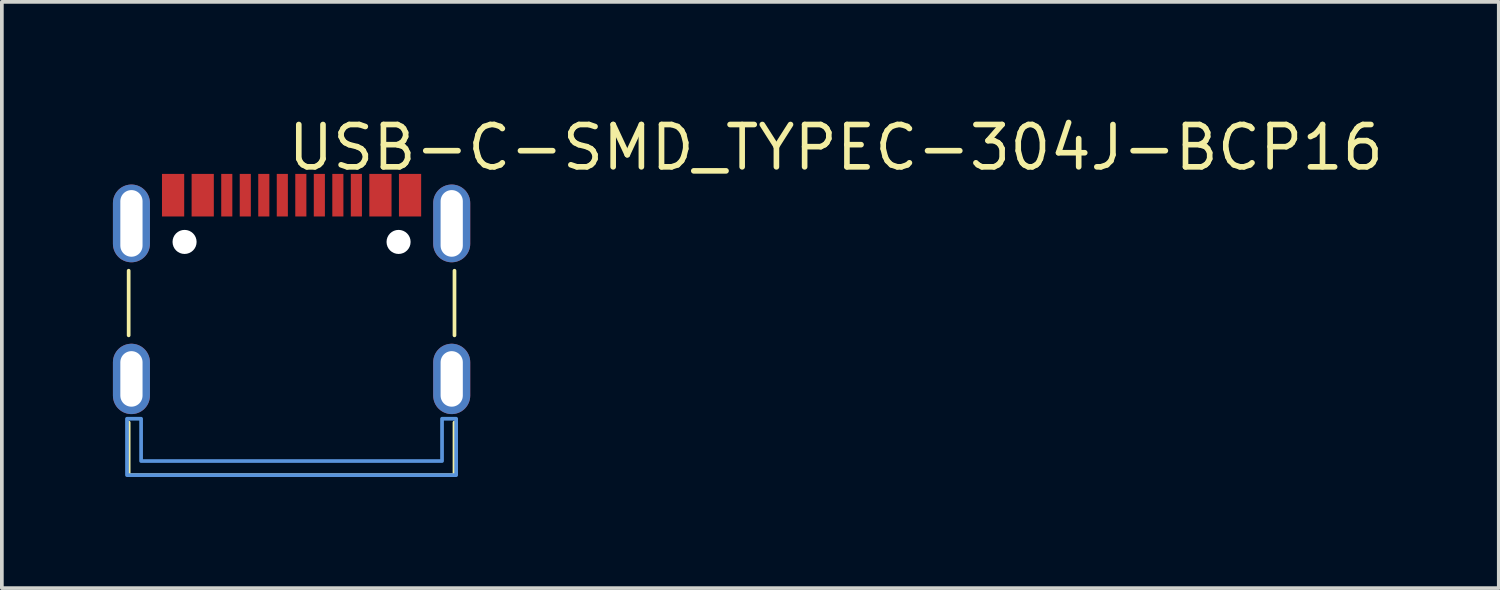
<source format=kicad_pcb>
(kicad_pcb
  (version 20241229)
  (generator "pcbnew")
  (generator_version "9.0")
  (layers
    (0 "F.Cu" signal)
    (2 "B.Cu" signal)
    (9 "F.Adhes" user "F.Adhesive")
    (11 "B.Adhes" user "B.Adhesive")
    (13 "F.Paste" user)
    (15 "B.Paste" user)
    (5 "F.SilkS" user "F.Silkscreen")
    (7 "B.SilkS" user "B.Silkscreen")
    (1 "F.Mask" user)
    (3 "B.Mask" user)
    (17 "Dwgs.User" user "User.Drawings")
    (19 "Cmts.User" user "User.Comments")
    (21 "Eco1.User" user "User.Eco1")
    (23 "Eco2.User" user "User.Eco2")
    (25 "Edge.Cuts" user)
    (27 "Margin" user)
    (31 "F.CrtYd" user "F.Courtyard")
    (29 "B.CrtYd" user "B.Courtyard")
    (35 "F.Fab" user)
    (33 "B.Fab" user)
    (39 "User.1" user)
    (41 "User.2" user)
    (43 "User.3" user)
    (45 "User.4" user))
  (footprint "USB-C-SMD_TYPEC-304J-BCP16"
    (layer "F.Cu")
    (at 4.825 4.703)
    (property "Reference" "USB-C-SMD_TYPEC-304J-BCP16" (at -0.177 -3.768 0) (layer "F.SilkS") (effects (font (size 1.143 1.143) (thickness 0.152)) (justify left)))
    (attr smd)
    (fp_line (start -4.4 1.304) (end -4.4 -0.441) (stroke (width 0.1) (type solid)) (layer "F.SilkS"))
    (fp_line (start -4.4 5.081) (end -4.4 3.659) (stroke (width 0.1) (type solid)) (layer "F.SilkS"))
    (fp_line (start -4.4 5.081) (end 4.4 5.081) (stroke (width 0.1) (type solid)) (layer "F.SilkS"))
    (fp_line (start 4.4 1.304) (end 4.4 -0.441) (stroke (width 0.1) (type solid)) (layer "F.SilkS"))
    (fp_line (start 4.4 5.081) (end 4.4 3.659) (stroke (width 0.1) (type solid)) (layer "F.SilkS"))
    (fp_poly (pts (xy -3.5 -3.056) (xy -2.9 -3.056) (xy -2.9 -1.906) (xy -3.5 -1.906)) (stroke (width 0) (type solid)) (fill yes) (layer "F.Paste"))
    (fp_poly (pts (xy -2.7 -3.056) (xy -2.1 -3.056) (xy -2.1 -1.906) (xy -2.7 -1.906)) (stroke (width 0) (type solid)) (fill yes) (layer "F.Paste"))
    (fp_poly (pts (xy -1.9 -3.056) (xy -1.6 -3.056) (xy -1.6 -1.906) (xy -1.9 -1.906)) (stroke (width 0) (type solid)) (fill yes) (layer "F.Paste"))
    (fp_poly (pts (xy -1.4 -3.056) (xy -1.1 -3.056) (xy -1.1 -1.906) (xy -1.4 -1.906)) (stroke (width 0) (type solid)) (fill yes) (layer "F.Paste"))
    (fp_poly (pts (xy -0.9 -3.056) (xy -0.6 -3.056) (xy -0.6 -1.906) (xy -0.9 -1.906)) (stroke (width 0) (type solid)) (fill yes) (layer "F.Paste"))
    (fp_poly (pts (xy -0.4 -3.056) (xy -0.1 -3.056) (xy -0.1 -1.906) (xy -0.4 -1.906)) (stroke (width 0) (type solid)) (fill yes) (layer "F.Paste"))
    (fp_poly (pts (xy 0.1 -3.056) (xy 0.4 -3.056) (xy 0.4 -1.906) (xy 0.1 -1.906)) (stroke (width 0) (type solid)) (fill yes) (layer "F.Paste"))
    (fp_poly (pts (xy 0.6 -3.056) (xy 0.9 -3.056) (xy 0.9 -1.906) (xy 0.6 -1.906)) (stroke (width 0) (type solid)) (fill yes) (layer "F.Paste"))
    (fp_poly (pts (xy 1.1 -3.056) (xy 1.4 -3.056) (xy 1.4 -1.906) (xy 1.1 -1.906)) (stroke (width 0) (type solid)) (fill yes) (layer "F.Paste"))
    (fp_poly (pts (xy 1.6 -3.056) (xy 1.9 -3.056) (xy 1.9 -1.906) (xy 1.6 -1.906)) (stroke (width 0) (type solid)) (fill yes) (layer "F.Paste"))
    (fp_poly (pts (xy 2.1 -3.056) (xy 2.7 -3.056) (xy 2.7 -1.906) (xy 2.1 -1.906)) (stroke (width 0) (type solid)) (fill yes) (layer "F.Paste"))
    (fp_poly (pts (xy 2.9 -3.056) (xy 3.5 -3.056) (xy 3.5 -1.906) (xy 2.9 -1.906)) (stroke (width 0) (type solid)) (fill yes) (layer "F.Paste"))
    (fp_circle (center -2.89 -1.219) (end -2.74 -1.219) (stroke (width 0.3) (type solid)) (fill no) (layer "Cmts.User"))
    (fp_circle (center 2.89 -1.219) (end 3.04 -1.219) (stroke (width 0.3) (type solid)) (fill no) (layer "Cmts.User"))
    (fp_poly (pts (xy -4.445 3.556) (xy -4.445 5.08) (xy 4.445 5.08) (xy 4.445 3.556) (xy 4.064 3.556) (xy 4.064 4.699) (xy -4.064 4.699) (xy -4.064 3.556)) (stroke (width 0.1) (type solid)) (fill no) (layer "Cmts.User"))
    (pad "" np_thru_hole circle (at -2.89 -1.219) (size 0.65 0.65) (drill 0.65) (layers "*.Cu" "*.Mask"))
    (pad "" np_thru_hole circle (at 2.89 -1.219) (size 0.65 0.65) (drill 0.65) (layers "*.Cu" "*.Mask"))
    (pad "A1" smd rect (at -3.2 -2.481) (size 0.6 1.15) (layers "F.Cu" "F.Mask" "F.Paste"))
    (pad "A4" smd rect (at -2.4 -2.481) (size 0.6 1.15) (layers "F.Cu" "F.Mask" "F.Paste"))
    (pad "A5" smd rect (at -1.25 -2.481) (size 0.3 1.15) (layers "F.Cu" "F.Mask" "F.Paste"))
    (pad "A6" smd rect (at -0.25 -2.481) (size 0.3 1.15) (layers "F.Cu" "F.Mask" "F.Paste"))
    (pad "A7" smd rect (at 0.25 -2.481) (size 0.3 1.15) (layers "F.Cu" "F.Mask" "F.Paste"))
    (pad "A8" smd rect (at 1.25 -2.481) (size 0.3 1.15) (layers "F.Cu" "F.Mask" "F.Paste"))
    (pad "A9" smd rect (at 2.4 -2.481) (size 0.6 1.15) (layers "F.Cu" "F.Mask" "F.Paste"))
    (pad "A12" smd rect (at 3.2 -2.481) (size 0.6 1.15) (layers "F.Cu" "F.Mask" "F.Paste"))
    (pad "B5" smd rect (at 1.75 -2.481) (size 0.3 1.15) (layers "F.Cu" "F.Mask" "F.Paste"))
    (pad "B6" smd rect (at 0.75 -2.481) (size 0.3 1.15) (layers "F.Cu" "F.Mask" "F.Paste"))
    (pad "B7" smd rect (at -0.75 -2.481) (size 0.3 1.15) (layers "F.Cu" "F.Mask" "F.Paste"))
    (pad "B8" smd rect (at -1.75 -2.481) (size 0.3 1.15) (layers "F.Cu" "F.Mask" "F.Paste"))
    (pad "S1" thru_hole oval (at -4.325 -1.719) (size 1 2.1) (drill oval 0.6 1.8) (layers "*.Cu" "*.Paste" "*.Mask"))
    (pad "S1" thru_hole oval (at -4.325 2.481) (size 1 1.9) (drill oval 0.6 1.5) (layers "*.Cu" "*.Paste" "*.Mask"))
    (pad "S1" thru_hole oval (at 4.325 -1.719) (size 1 2.1) (drill oval 0.6 1.8) (layers "*.Cu" "*.Paste" "*.Mask"))
    (pad "S1" thru_hole oval (at 4.325 2.481) (size 1 1.9) (drill oval 0.6 1.5) (layers "*.Cu" "*.Paste" "*.Mask")))
  (gr_rect
    (start -3 -3)
    (end 37.43 12.834)
    (stroke (width 0.1) (type default))
    (fill no)
    (layer "Edge.Cuts")))
</source>
